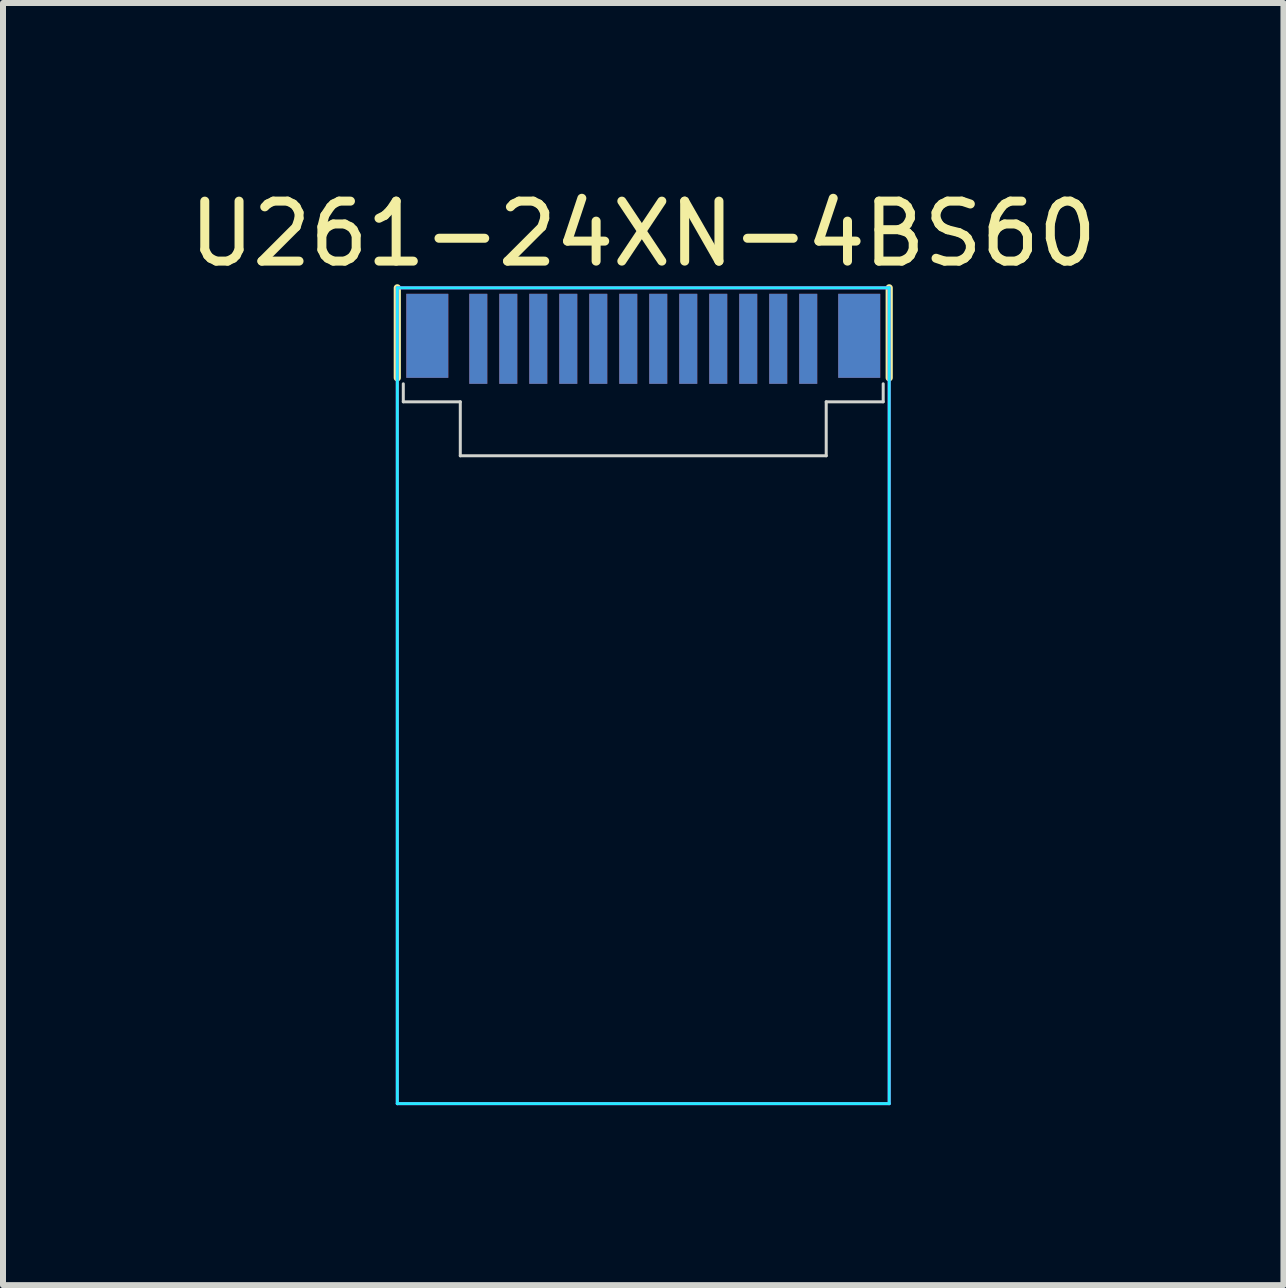
<source format=kicad_pcb>
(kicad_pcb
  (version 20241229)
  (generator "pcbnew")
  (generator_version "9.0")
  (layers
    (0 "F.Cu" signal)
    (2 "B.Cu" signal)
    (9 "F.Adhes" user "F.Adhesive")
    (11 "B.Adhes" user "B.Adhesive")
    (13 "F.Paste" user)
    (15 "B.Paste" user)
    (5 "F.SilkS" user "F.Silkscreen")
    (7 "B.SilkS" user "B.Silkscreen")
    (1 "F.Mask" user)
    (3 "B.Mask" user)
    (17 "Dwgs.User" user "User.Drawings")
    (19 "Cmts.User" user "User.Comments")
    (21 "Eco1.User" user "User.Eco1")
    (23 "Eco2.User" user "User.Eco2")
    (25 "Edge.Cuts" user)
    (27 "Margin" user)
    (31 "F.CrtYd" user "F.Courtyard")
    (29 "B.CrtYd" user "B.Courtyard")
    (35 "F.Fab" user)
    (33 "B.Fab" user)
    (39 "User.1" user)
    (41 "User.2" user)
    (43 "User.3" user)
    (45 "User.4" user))
  (footprint "U261-24XN-4BS60"
    (layer "F.Cu")
    (at 7.673 3.348)
    (property "Reference" "U261-24XN-4BS60" (at 0 -2.5 0) (layer "F.SilkS") (effects (font (size 1 1) (thickness 0.15))))
    (attr through_hole)
    (fp_line (start -4.1 -0.1) (end -4.1 -1.6) (stroke (width 0.12) (type solid)) (layer "F.SilkS"))
    (fp_line (start 4.1 -0.1) (end 4.1 -1.6) (stroke (width 0.12) (type solid)) (layer "F.SilkS"))
    (fp_line (start -4 0.3) (end -4 0) (stroke (width 0.05) (type solid)) (layer "Edge.Cuts"))
    (fp_line (start -3.05 0.3) (end -4 0.3) (stroke (width 0.05) (type solid)) (layer "Edge.Cuts"))
    (fp_line (start -3.05 1.2) (end -3.05 0.3) (stroke (width 0.05) (type solid)) (layer "Edge.Cuts"))
    (fp_line (start 3.05 0.3) (end 4 0.3) (stroke (width 0.05) (type solid)) (layer "Edge.Cuts"))
    (fp_line (start 3.05 1.2) (end -3.05 1.2) (stroke (width 0.05) (type solid)) (layer "Edge.Cuts"))
    (fp_line (start 3.05 1.2) (end 3.05 0.3) (stroke (width 0.05) (type solid)) (layer "Edge.Cuts"))
    (fp_line (start 4 0.3) (end 4 0) (stroke (width 0.05) (type solid)) (layer "Edge.Cuts"))
    (fp_line (start -4.1 -1.6) (end -4.1 12) (stroke (width 0.05) (type solid)) (layer "B.CrtYd"))
    (fp_line (start -4.1 -1.6) (end 4.1 -1.6) (stroke (width 0.05) (type solid)) (layer "B.CrtYd"))
    (fp_line (start 4.1 -1.6) (end 4.1 12) (stroke (width 0.05) (type solid)) (layer "B.CrtYd"))
    (fp_line (start 4.1 12) (end -4.1 12) (stroke (width 0.05) (type solid)) (layer "B.CrtYd"))
    (fp_line (start -4.1 -1.6) (end -4.1 12) (stroke (width 0.05) (type solid)) (layer "F.CrtYd"))
    (fp_line (start -4.1 -1.6) (end 4.1 -1.6) (stroke (width 0.05) (type solid)) (layer "F.CrtYd"))
    (fp_line (start 4.1 -1.6) (end 4.1 12) (stroke (width 0.05) (type solid)) (layer "F.CrtYd"))
    (fp_line (start 4.1 12) (end -4.1 12) (stroke (width 0.05) (type solid)) (layer "F.CrtYd"))
    (pad "A1" smd rect (at 2.75 -0.75) (size 0.3 1.5) (layers "F.Cu" "F.Mask" "F.Paste"))
    (pad "A2" smd rect (at 2.25 -0.75) (size 0.3 1.5) (layers "F.Cu" "F.Mask" "F.Paste"))
    (pad "A3" smd rect (at 1.75 -0.75) (size 0.3 1.5) (layers "F.Cu" "F.Mask" "F.Paste"))
    (pad "A4" smd rect (at 1.25 -0.75) (size 0.3 1.5) (layers "F.Cu" "F.Mask" "F.Paste"))
    (pad "A5" smd rect (at 0.75 -0.75) (size 0.3 1.5) (layers "F.Cu" "F.Mask" "F.Paste"))
    (pad "A6" smd rect (at 0.25 -0.75) (size 0.3 1.5) (layers "F.Cu" "F.Mask" "F.Paste"))
    (pad "A7" smd rect (at -0.25 -0.75) (size 0.3 1.5) (layers "F.Cu" "F.Mask" "F.Paste"))
    (pad "A8" smd rect (at -0.75 -0.75) (size 0.3 1.5) (layers "F.Cu" "F.Mask" "F.Paste"))
    (pad "A9" smd rect (at -1.25 -0.75) (size 0.3 1.5) (layers "F.Cu" "F.Mask" "F.Paste"))
    (pad "A10" smd rect (at -1.75 -0.75) (size 0.3 1.5) (layers "F.Cu" "F.Mask" "F.Paste"))
    (pad "A11" smd rect (at -2.25 -0.75) (size 0.3 1.5) (layers "F.Cu" "F.Mask" "F.Paste"))
    (pad "A12" smd rect (at -2.75 -0.75) (size 0.3 1.5) (layers "F.Cu" "F.Mask" "F.Paste"))
    (pad "B1" smd rect (at -2.75 -0.75) (size 0.3 1.5) (layers "B.Cu" "B.Mask" "B.Paste"))
    (pad "B2" smd rect (at -2.25 -0.75) (size 0.3 1.5) (layers "B.Cu" "B.Mask" "B.Paste"))
    (pad "B3" smd rect (at -1.75 -0.75) (size 0.3 1.5) (layers "B.Cu" "B.Mask" "B.Paste"))
    (pad "B4" smd rect (at -1.25 -0.75) (size 0.3 1.5) (layers "B.Cu" "B.Mask" "B.Paste"))
    (pad "B5" smd rect (at -0.75 -0.75) (size 0.3 1.5) (layers "B.Cu" "B.Mask" "B.Paste"))
    (pad "B6" smd rect (at -0.25 -0.75) (size 0.3 1.5) (layers "B.Cu" "B.Mask" "B.Paste"))
    (pad "B7" smd rect (at 0.25 -0.75) (size 0.3 1.5) (layers "B.Cu" "B.Mask" "B.Paste"))
    (pad "B8" smd rect (at 0.75 -0.75) (size 0.3 1.5) (layers "B.Cu" "B.Mask" "B.Paste"))
    (pad "B9" smd rect (at 1.25 -0.75) (size 0.3 1.5) (layers "B.Cu" "B.Mask" "B.Paste"))
    (pad "B10" smd rect (at 1.75 -0.75) (size 0.3 1.5) (layers "B.Cu" "B.Mask" "B.Paste"))
    (pad "B11" smd rect (at 2.25 -0.75) (size 0.3 1.5) (layers "B.Cu" "B.Mask" "B.Paste"))
    (pad "B12" smd rect (at 2.75 -0.75) (size 0.3 1.5) (layers "B.Cu" "B.Mask" "B.Paste"))
    (pad "S1" smd rect (at -3.6 -0.8) (size 0.7 1.4) (layers "F.Cu" "F.Mask" "F.Paste"))
    (pad "S1" smd rect (at -3.6 -0.8) (size 0.7 1.4) (layers "B.Cu" "B.Mask" "B.Paste"))
    (pad "S1" smd rect (at 3.6 -0.8) (size 0.7 1.4) (layers "F.Cu" "F.Mask" "F.Paste"))
    (pad "S1" smd rect (at 3.6 -0.8) (size 0.7 1.4) (layers "B.Cu" "B.Mask" "B.Paste")))
  (gr_rect
    (start -3 -3)
    (end 18.345 18.373)
    (stroke (width 0.1) (type default))
    (fill no)
    (layer "Edge.Cuts")))
</source>
